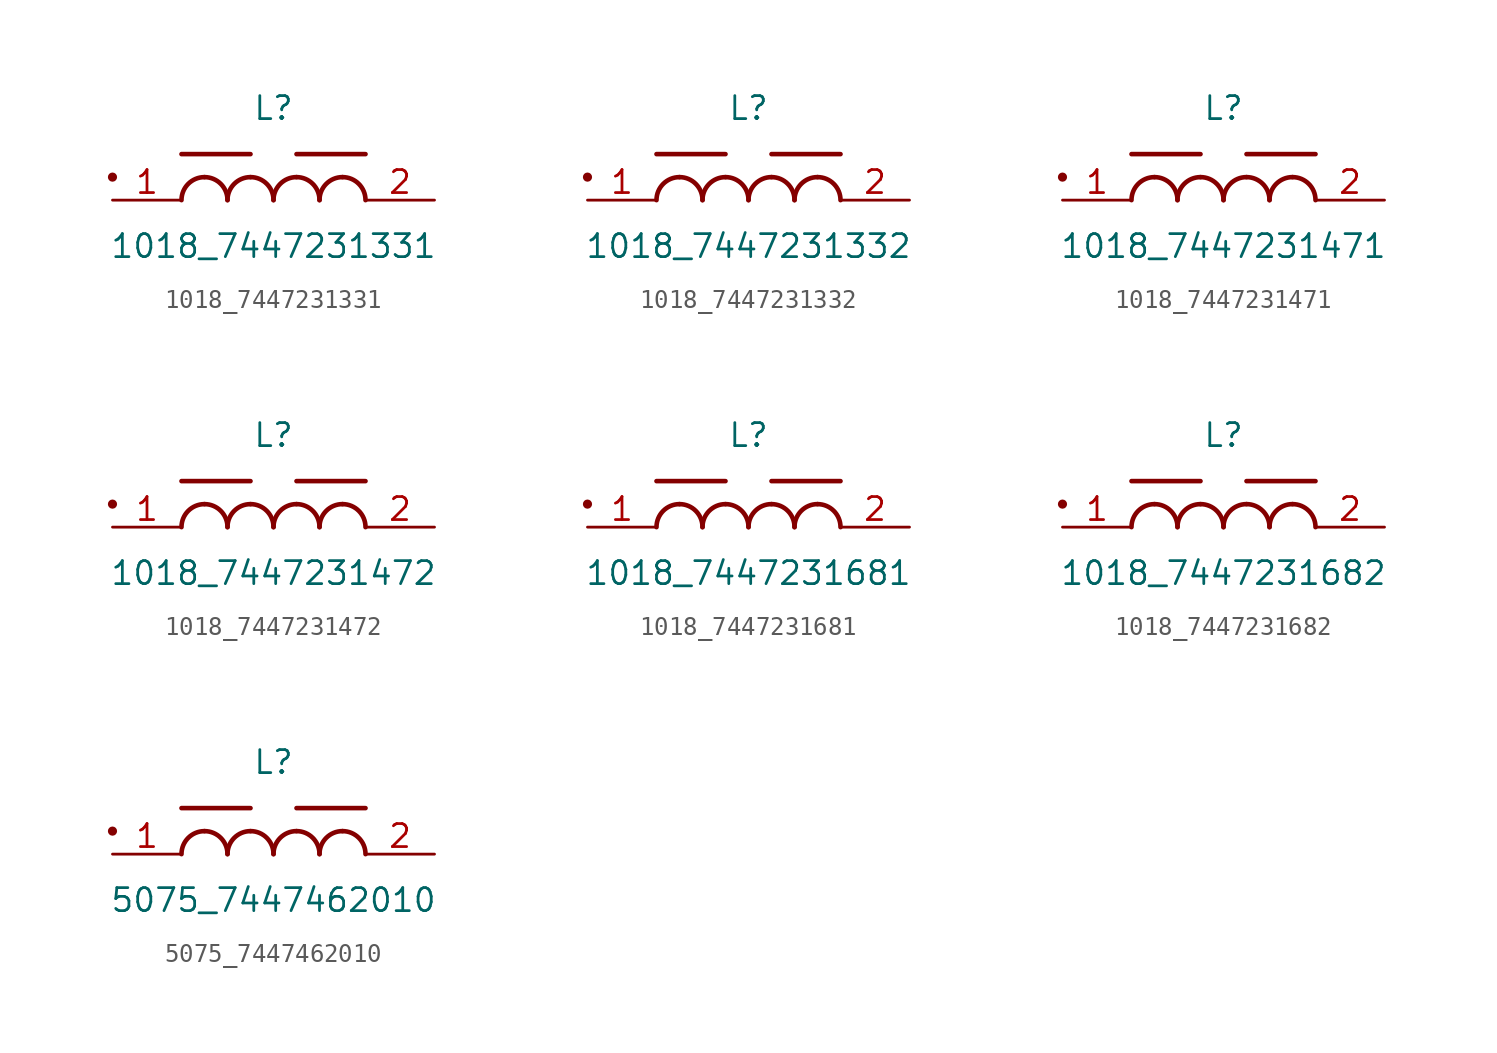
<source format=kicad_sym>
(kicad_symbol_lib
  (version 20211014)
  (generator kicad_symbol_editor)
  (symbol "Inductor_Wurth_WE-TI:1018_7447231331"
    (pin_names hide)
    (property "Reference" "L"
      (at 0 5.08 0)
      (effects (font (size 1.27 1.27))))
    (property "Value" "1018_7447231331"
      (at 0 -2.54 0)
      (effects (font (size 1.27 1.27))))
    (symbol "1018_7447231331_0_1"
      (circle (center -8.89 1.27) (radius 0.0001) (stroke (width 0.254)) (stroke (width 0.254) (type default) (color 0 0 0 0)) (fill (type none)))
      (arc (start -3.81 1.27) (mid -4.708 0.898) (end -5.08 0) (stroke (width 0.254) (type default) (color 0 0 0 0)) (fill (type none)))
      (arc (start -2.54 0) (mid -2.912 0.898) (end -3.81 1.27) (stroke (width 0.254) (type default) (color 0 0 0 0)) (fill (type none)))
      (arc (start -1.2699 1.2701) (mid -2.1679 0.8981) (end -2.5399 0.0001) (stroke (width 0.254) (type default) (color 0 0 0 0)) (fill (type none)))
      (polyline (pts (xy -5.08 2.54) (xy -1.27 2.54)) (stroke (width 0.254) (type default) (color 0 0 0 0)) (fill (type none)))
      (polyline (pts (xy 5.08 2.54) (xy 1.27 2.54)) (stroke (width 0.254) (type default) (color 0 0 0 0)) (fill (type none)))
      (arc (start 0.0001 0.0001) (mid -0.3719 0.8981) (end -1.2699 1.2701) (stroke (width 0.254) (type default) (color 0 0 0 0)) (fill (type none)))
      (arc (start 1.2701 1.2701) (mid 0.3721 0.8981) (end 0.0001 0.0001) (stroke (width 0.254) (type default) (color 0 0 0 0)) (fill (type none)))
      (arc (start 2.5401 0.0001) (mid 2.1681 0.8981) (end 1.2701 1.2701) (stroke (width 0.254) (type default) (color 0 0 0 0)) (fill (type none)))
      (arc (start 3.8101 1.2701) (mid 2.9121 0.8981) (end 2.5401 0.0001) (stroke (width 0.254) (type default) (color 0 0 0 0)) (fill (type none)))
      (arc (start 5.0801 0.0001) (mid 4.7081 0.8981) (end 3.8101 1.2701) (stroke (width 0.254) (type default) (color 0 0 0 0)) (fill (type none))))
    (symbol "1018_7447231331_1_1"
      (pin passive line (at -8.89 0 0) (length 3.81) (name "1" (effects (font (size 1.27 1.27)))) (number "1" (effects (font (size 1.27 1.27)))))
      (pin passive line (at 8.89 0 180) (length 3.81) (name "2" (effects (font (size 1.27 1.27)))) (number "2" (effects (font (size 1.27 1.27)))))))
  (symbol "Inductor_Wurth_WE-TI:1018_7447231332"
    (pin_names hide)
    (property "Reference" "L"
      (at 0 5.08 0)
      (effects (font (size 1.27 1.27))))
    (property "Value" "1018_7447231332"
      (at 0 -2.54 0)
      (effects (font (size 1.27 1.27))))
    (symbol "1018_7447231332_0_1"
      (circle (center -8.89 1.27) (radius 0.0001) (stroke (width 0.254)) (stroke (width 0.254) (type default) (color 0 0 0 0)) (fill (type none)))
      (arc (start -3.81 1.27) (mid -4.708 0.898) (end -5.08 0) (stroke (width 0.254) (type default) (color 0 0 0 0)) (fill (type none)))
      (arc (start -2.54 0) (mid -2.912 0.898) (end -3.81 1.27) (stroke (width 0.254) (type default) (color 0 0 0 0)) (fill (type none)))
      (arc (start -1.2699 1.2701) (mid -2.1679 0.8981) (end -2.5399 0.0001) (stroke (width 0.254) (type default) (color 0 0 0 0)) (fill (type none)))
      (polyline (pts (xy -5.08 2.54) (xy -1.27 2.54)) (stroke (width 0.254) (type default) (color 0 0 0 0)) (fill (type none)))
      (polyline (pts (xy 5.08 2.54) (xy 1.27 2.54)) (stroke (width 0.254) (type default) (color 0 0 0 0)) (fill (type none)))
      (arc (start 0.0001 0.0001) (mid -0.3719 0.8981) (end -1.2699 1.2701) (stroke (width 0.254) (type default) (color 0 0 0 0)) (fill (type none)))
      (arc (start 1.2701 1.2701) (mid 0.3721 0.8981) (end 0.0001 0.0001) (stroke (width 0.254) (type default) (color 0 0 0 0)) (fill (type none)))
      (arc (start 2.5401 0.0001) (mid 2.1681 0.8981) (end 1.2701 1.2701) (stroke (width 0.254) (type default) (color 0 0 0 0)) (fill (type none)))
      (arc (start 3.8101 1.2701) (mid 2.9121 0.8981) (end 2.5401 0.0001) (stroke (width 0.254) (type default) (color 0 0 0 0)) (fill (type none)))
      (arc (start 5.0801 0.0001) (mid 4.7081 0.8981) (end 3.8101 1.2701) (stroke (width 0.254) (type default) (color 0 0 0 0)) (fill (type none))))
    (symbol "1018_7447231332_1_1"
      (pin passive line (at -8.89 0 0) (length 3.81) (name "1" (effects (font (size 1.27 1.27)))) (number "1" (effects (font (size 1.27 1.27)))))
      (pin passive line (at 8.89 0 180) (length 3.81) (name "2" (effects (font (size 1.27 1.27)))) (number "2" (effects (font (size 1.27 1.27)))))))
  (symbol "Inductor_Wurth_WE-TI:1018_7447231471"
    (pin_names hide)
    (property "Reference" "L"
      (at 0 5.08 0)
      (effects (font (size 1.27 1.27))))
    (property "Value" "1018_7447231471"
      (at 0 -2.54 0)
      (effects (font (size 1.27 1.27))))
    (symbol "1018_7447231471_0_1"
      (circle (center -8.89 1.27) (radius 0.0001) (stroke (width 0.254)) (stroke (width 0.254) (type default) (color 0 0 0 0)) (fill (type none)))
      (arc (start -3.81 1.27) (mid -4.708 0.898) (end -5.08 0) (stroke (width 0.254) (type default) (color 0 0 0 0)) (fill (type none)))
      (arc (start -2.54 0) (mid -2.912 0.898) (end -3.81 1.27) (stroke (width 0.254) (type default) (color 0 0 0 0)) (fill (type none)))
      (arc (start -1.2699 1.2701) (mid -2.1679 0.8981) (end -2.5399 0.0001) (stroke (width 0.254) (type default) (color 0 0 0 0)) (fill (type none)))
      (polyline (pts (xy -5.08 2.54) (xy -1.27 2.54)) (stroke (width 0.254) (type default) (color 0 0 0 0)) (fill (type none)))
      (polyline (pts (xy 5.08 2.54) (xy 1.27 2.54)) (stroke (width 0.254) (type default) (color 0 0 0 0)) (fill (type none)))
      (arc (start 0.0001 0.0001) (mid -0.3719 0.8981) (end -1.2699 1.2701) (stroke (width 0.254) (type default) (color 0 0 0 0)) (fill (type none)))
      (arc (start 1.2701 1.2701) (mid 0.3721 0.8981) (end 0.0001 0.0001) (stroke (width 0.254) (type default) (color 0 0 0 0)) (fill (type none)))
      (arc (start 2.5401 0.0001) (mid 2.1681 0.8981) (end 1.2701 1.2701) (stroke (width 0.254) (type default) (color 0 0 0 0)) (fill (type none)))
      (arc (start 3.8101 1.2701) (mid 2.9121 0.8981) (end 2.5401 0.0001) (stroke (width 0.254) (type default) (color 0 0 0 0)) (fill (type none)))
      (arc (start 5.0801 0.0001) (mid 4.7081 0.8981) (end 3.8101 1.2701) (stroke (width 0.254) (type default) (color 0 0 0 0)) (fill (type none))))
    (symbol "1018_7447231471_1_1"
      (pin passive line (at -8.89 0 0) (length 3.81) (name "1" (effects (font (size 1.27 1.27)))) (number "1" (effects (font (size 1.27 1.27)))))
      (pin passive line (at 8.89 0 180) (length 3.81) (name "2" (effects (font (size 1.27 1.27)))) (number "2" (effects (font (size 1.27 1.27)))))))
  (symbol "Inductor_Wurth_WE-TI:1018_7447231472"
    (pin_names hide)
    (property "Reference" "L"
      (at 0 5.08 0)
      (effects (font (size 1.27 1.27))))
    (property "Value" "1018_7447231472"
      (at 0 -2.54 0)
      (effects (font (size 1.27 1.27))))
    (symbol "1018_7447231472_0_1"
      (circle (center -8.89 1.27) (radius 0.0001) (stroke (width 0.254)) (stroke (width 0.254) (type default) (color 0 0 0 0)) (fill (type none)))
      (arc (start -3.81 1.27) (mid -4.708 0.898) (end -5.08 0) (stroke (width 0.254) (type default) (color 0 0 0 0)) (fill (type none)))
      (arc (start -2.54 0) (mid -2.912 0.898) (end -3.81 1.27) (stroke (width 0.254) (type default) (color 0 0 0 0)) (fill (type none)))
      (arc (start -1.2699 1.2701) (mid -2.1679 0.8981) (end -2.5399 0.0001) (stroke (width 0.254) (type default) (color 0 0 0 0)) (fill (type none)))
      (polyline (pts (xy -5.08 2.54) (xy -1.27 2.54)) (stroke (width 0.254) (type default) (color 0 0 0 0)) (fill (type none)))
      (polyline (pts (xy 5.08 2.54) (xy 1.27 2.54)) (stroke (width 0.254) (type default) (color 0 0 0 0)) (fill (type none)))
      (arc (start 0.0001 0.0001) (mid -0.3719 0.8981) (end -1.2699 1.2701) (stroke (width 0.254) (type default) (color 0 0 0 0)) (fill (type none)))
      (arc (start 1.2701 1.2701) (mid 0.3721 0.8981) (end 0.0001 0.0001) (stroke (width 0.254) (type default) (color 0 0 0 0)) (fill (type none)))
      (arc (start 2.5401 0.0001) (mid 2.1681 0.8981) (end 1.2701 1.2701) (stroke (width 0.254) (type default) (color 0 0 0 0)) (fill (type none)))
      (arc (start 3.8101 1.2701) (mid 2.9121 0.8981) (end 2.5401 0.0001) (stroke (width 0.254) (type default) (color 0 0 0 0)) (fill (type none)))
      (arc (start 5.0801 0.0001) (mid 4.7081 0.8981) (end 3.8101 1.2701) (stroke (width 0.254) (type default) (color 0 0 0 0)) (fill (type none))))
    (symbol "1018_7447231472_1_1"
      (pin passive line (at -8.89 0 0) (length 3.81) (name "1" (effects (font (size 1.27 1.27)))) (number "1" (effects (font (size 1.27 1.27)))))
      (pin passive line (at 8.89 0 180) (length 3.81) (name "2" (effects (font (size 1.27 1.27)))) (number "2" (effects (font (size 1.27 1.27)))))))
  (symbol "Inductor_Wurth_WE-TI:1018_7447231681"
    (pin_names hide)
    (property "Reference" "L"
      (at 0 5.08 0)
      (effects (font (size 1.27 1.27))))
    (property "Value" "1018_7447231681"
      (at 0 -2.54 0)
      (effects (font (size 1.27 1.27))))
    (symbol "1018_7447231681_0_1"
      (circle (center -8.89 1.27) (radius 0.0001) (stroke (width 0.254)) (stroke (width 0.254) (type default) (color 0 0 0 0)) (fill (type none)))
      (arc (start -3.81 1.27) (mid -4.708 0.898) (end -5.08 0) (stroke (width 0.254) (type default) (color 0 0 0 0)) (fill (type none)))
      (arc (start -2.54 0) (mid -2.912 0.898) (end -3.81 1.27) (stroke (width 0.254) (type default) (color 0 0 0 0)) (fill (type none)))
      (arc (start -1.2699 1.2701) (mid -2.1679 0.8981) (end -2.5399 0.0001) (stroke (width 0.254) (type default) (color 0 0 0 0)) (fill (type none)))
      (polyline (pts (xy -5.08 2.54) (xy -1.27 2.54)) (stroke (width 0.254) (type default) (color 0 0 0 0)) (fill (type none)))
      (polyline (pts (xy 5.08 2.54) (xy 1.27 2.54)) (stroke (width 0.254) (type default) (color 0 0 0 0)) (fill (type none)))
      (arc (start 0.0001 0.0001) (mid -0.3719 0.8981) (end -1.2699 1.2701) (stroke (width 0.254) (type default) (color 0 0 0 0)) (fill (type none)))
      (arc (start 1.2701 1.2701) (mid 0.3721 0.8981) (end 0.0001 0.0001) (stroke (width 0.254) (type default) (color 0 0 0 0)) (fill (type none)))
      (arc (start 2.5401 0.0001) (mid 2.1681 0.8981) (end 1.2701 1.2701) (stroke (width 0.254) (type default) (color 0 0 0 0)) (fill (type none)))
      (arc (start 3.8101 1.2701) (mid 2.9121 0.8981) (end 2.5401 0.0001) (stroke (width 0.254) (type default) (color 0 0 0 0)) (fill (type none)))
      (arc (start 5.0801 0.0001) (mid 4.7081 0.8981) (end 3.8101 1.2701) (stroke (width 0.254) (type default) (color 0 0 0 0)) (fill (type none))))
    (symbol "1018_7447231681_1_1"
      (pin passive line (at -8.89 0 0) (length 3.81) (name "1" (effects (font (size 1.27 1.27)))) (number "1" (effects (font (size 1.27 1.27)))))
      (pin passive line (at 8.89 0 180) (length 3.81) (name "2" (effects (font (size 1.27 1.27)))) (number "2" (effects (font (size 1.27 1.27)))))))
  (symbol "Inductor_Wurth_WE-TI:1018_7447231682"
    (pin_names hide)
    (property "Reference" "L"
      (at 0 5.08 0)
      (effects (font (size 1.27 1.27))))
    (property "Value" "1018_7447231682"
      (at 0 -2.54 0)
      (effects (font (size 1.27 1.27))))
    (symbol "1018_7447231682_0_1"
      (circle (center -8.89 1.27) (radius 0.0001) (stroke (width 0.254)) (stroke (width 0.254) (type default) (color 0 0 0 0)) (fill (type none)))
      (arc (start -3.81 1.27) (mid -4.708 0.898) (end -5.08 0) (stroke (width 0.254) (type default) (color 0 0 0 0)) (fill (type none)))
      (arc (start -2.54 0) (mid -2.912 0.898) (end -3.81 1.27) (stroke (width 0.254) (type default) (color 0 0 0 0)) (fill (type none)))
      (arc (start -1.2699 1.2701) (mid -2.1679 0.8981) (end -2.5399 0.0001) (stroke (width 0.254) (type default) (color 0 0 0 0)) (fill (type none)))
      (polyline (pts (xy -5.08 2.54) (xy -1.27 2.54)) (stroke (width 0.254) (type default) (color 0 0 0 0)) (fill (type none)))
      (polyline (pts (xy 5.08 2.54) (xy 1.27 2.54)) (stroke (width 0.254) (type default) (color 0 0 0 0)) (fill (type none)))
      (arc (start 0.0001 0.0001) (mid -0.3719 0.8981) (end -1.2699 1.2701) (stroke (width 0.254) (type default) (color 0 0 0 0)) (fill (type none)))
      (arc (start 1.2701 1.2701) (mid 0.3721 0.8981) (end 0.0001 0.0001) (stroke (width 0.254) (type default) (color 0 0 0 0)) (fill (type none)))
      (arc (start 2.5401 0.0001) (mid 2.1681 0.8981) (end 1.2701 1.2701) (stroke (width 0.254) (type default) (color 0 0 0 0)) (fill (type none)))
      (arc (start 3.8101 1.2701) (mid 2.9121 0.8981) (end 2.5401 0.0001) (stroke (width 0.254) (type default) (color 0 0 0 0)) (fill (type none)))
      (arc (start 5.0801 0.0001) (mid 4.7081 0.8981) (end 3.8101 1.2701) (stroke (width 0.254) (type default) (color 0 0 0 0)) (fill (type none))))
    (symbol "1018_7447231682_1_1"
      (pin passive line (at -8.89 0 0) (length 3.81) (name "1" (effects (font (size 1.27 1.27)))) (number "1" (effects (font (size 1.27 1.27)))))
      (pin passive line (at 8.89 0 180) (length 3.81) (name "2" (effects (font (size 1.27 1.27)))) (number "2" (effects (font (size 1.27 1.27)))))))
  (symbol "Inductor_Wurth_WE-TI:5075_7447462010"
    (pin_names hide)
    (property "Reference" "L"
      (at 0 5.08 0)
      (effects (font (size 1.27 1.27))))
    (property "Value" "5075_7447462010"
      (at 0 -2.54 0)
      (effects (font (size 1.27 1.27))))
    (symbol "5075_7447462010_0_1"
      (circle (center -8.89 1.27) (radius 0.0001) (stroke (width 0.254)) (stroke (width 0.254) (type default) (color 0 0 0 0)) (fill (type none)))
      (arc (start -3.81 1.27) (mid -4.708 0.898) (end -5.08 0) (stroke (width 0.254) (type default) (color 0 0 0 0)) (fill (type none)))
      (arc (start -2.54 0) (mid -2.912 0.898) (end -3.81 1.27) (stroke (width 0.254) (type default) (color 0 0 0 0)) (fill (type none)))
      (arc (start -1.2699 1.2701) (mid -2.1679 0.8981) (end -2.5399 0.0001) (stroke (width 0.254) (type default) (color 0 0 0 0)) (fill (type none)))
      (polyline (pts (xy -5.08 2.54) (xy -1.27 2.54)) (stroke (width 0.254) (type default) (color 0 0 0 0)) (fill (type none)))
      (polyline (pts (xy 5.08 2.54) (xy 1.27 2.54)) (stroke (width 0.254) (type default) (color 0 0 0 0)) (fill (type none)))
      (arc (start 0.0001 0.0001) (mid -0.3719 0.8981) (end -1.2699 1.2701) (stroke (width 0.254) (type default) (color 0 0 0 0)) (fill (type none)))
      (arc (start 1.2701 1.2701) (mid 0.3721 0.8981) (end 0.0001 0.0001) (stroke (width 0.254) (type default) (color 0 0 0 0)) (fill (type none)))
      (arc (start 2.5401 0.0001) (mid 2.1681 0.8981) (end 1.2701 1.2701) (stroke (width 0.254) (type default) (color 0 0 0 0)) (fill (type none)))
      (arc (start 3.8101 1.2701) (mid 2.9121 0.8981) (end 2.5401 0.0001) (stroke (width 0.254) (type default) (color 0 0 0 0)) (fill (type none)))
      (arc (start 5.0801 0.0001) (mid 4.7081 0.8981) (end 3.8101 1.2701) (stroke (width 0.254) (type default) (color 0 0 0 0)) (fill (type none))))
    (symbol "5075_7447462010_1_1"
      (pin passive line (at -8.89 0 0) (length 3.81) (name "1" (effects (font (size 1.27 1.27)))) (number "1" (effects (font (size 1.27 1.27)))))
      (pin passive line (at 8.89 0 180) (length 3.81) (name "2" (effects (font (size 1.27 1.27)))) (number "2" (effects (font (size 1.27 1.27))))))))
</source>
